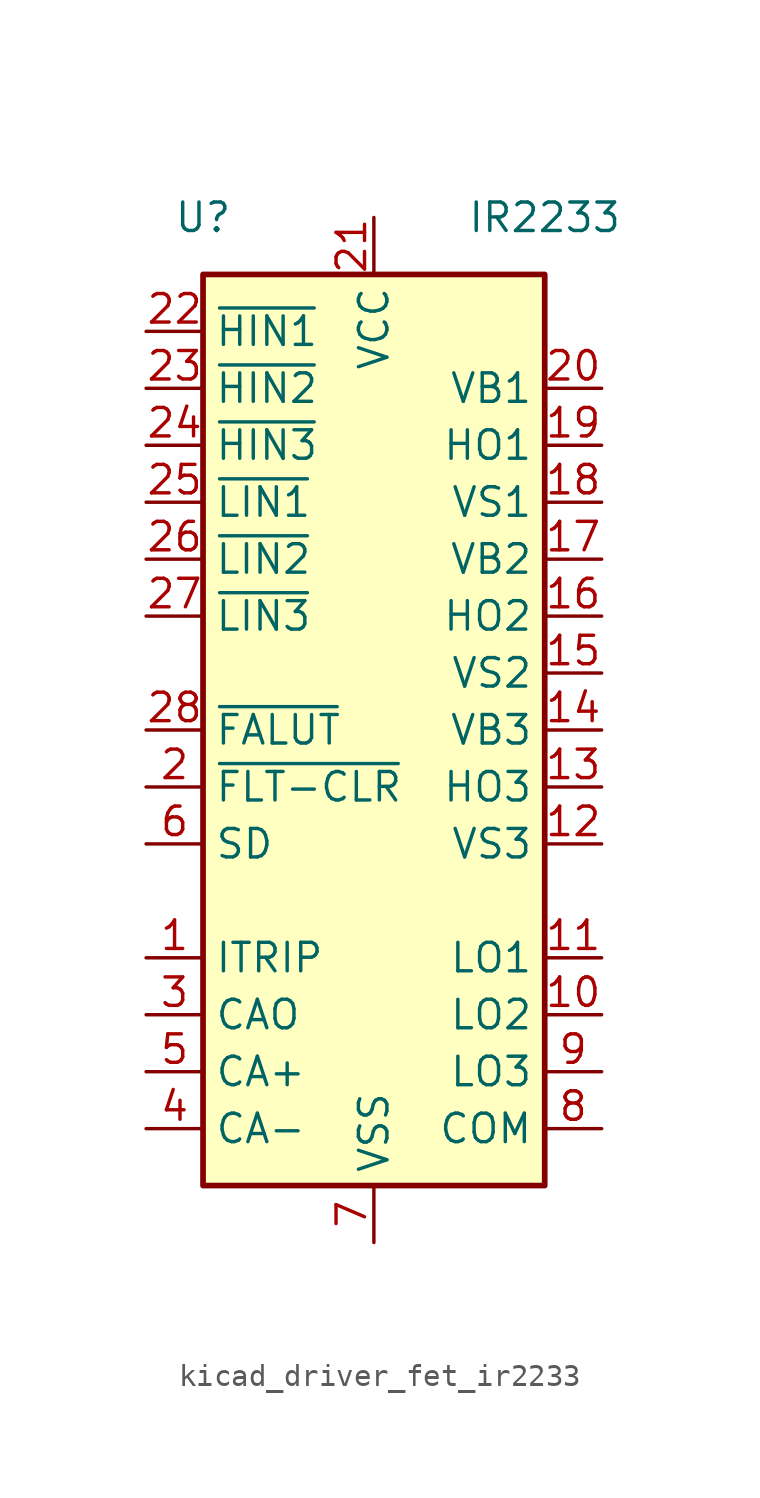
<source format=kicad_sym>
(kicad_symbol_lib
  (version 20220914)
  (generator kicad_symbol_editor)
  (symbol "kicad_driver_fet_ir2233"
    (property "Reference" "U"
      (at -7.62 22.86 0)
      (effects (font (size 1.27 1.27))))
    (property "Value" "IR2233"
      (at 7.62 22.86 0)
      (effects (font (size 1.27 1.27))))
    (symbol "kicad_driver_fet_ir2233_0_1"
      (rectangle (start -7.62 -20.32) (end 7.62 20.32) (stroke (width 0.254) (type default)) (fill (type background))))
    (symbol "kicad_driver_fet_ir2233_1_1"
      (pin input line (at -10.16 -10.16 0) (length 2.54) (name "ITRIP" (effects (font (size 1.27 1.27)))) (number "1" (effects (font (size 1.27 1.27)))))
      (pin output line (at 10.16 -12.7 180) (length 2.54) (name "LO2" (effects (font (size 1.27 1.27)))) (number "10" (effects (font (size 1.27 1.27)))))
      (pin output line (at 10.16 -10.16 180) (length 2.54) (name "LO1" (effects (font (size 1.27 1.27)))) (number "11" (effects (font (size 1.27 1.27)))))
      (pin passive line (at 10.16 -5.08 180) (length 2.54) (name "VS3" (effects (font (size 1.27 1.27)))) (number "12" (effects (font (size 1.27 1.27)))))
      (pin output line (at 10.16 -2.54 180) (length 2.54) (name "HO3" (effects (font (size 1.27 1.27)))) (number "13" (effects (font (size 1.27 1.27)))))
      (pin passive line (at 10.16 0 180) (length 2.54) (name "VB3" (effects (font (size 1.27 1.27)))) (number "14" (effects (font (size 1.27 1.27)))))
      (pin passive line (at 10.16 2.54 180) (length 2.54) (name "VS2" (effects (font (size 1.27 1.27)))) (number "15" (effects (font (size 1.27 1.27)))))
      (pin output line (at 10.16 5.08 180) (length 2.54) (name "HO2" (effects (font (size 1.27 1.27)))) (number "16" (effects (font (size 1.27 1.27)))))
      (pin passive line (at 10.16 7.62 180) (length 2.54) (name "VB2" (effects (font (size 1.27 1.27)))) (number "17" (effects (font (size 1.27 1.27)))))
      (pin passive line (at 10.16 10.16 180) (length 2.54) (name "VS1" (effects (font (size 1.27 1.27)))) (number "18" (effects (font (size 1.27 1.27)))))
      (pin output line (at 10.16 12.7 180) (length 2.54) (name "HO1" (effects (font (size 1.27 1.27)))) (number "19" (effects (font (size 1.27 1.27)))))
      (pin input line (at -10.16 -2.54 0) (length 2.54) (name "~{FLT-CLR}" (effects (font (size 1.27 1.27)))) (number "2" (effects (font (size 1.27 1.27)))))
      (pin passive line (at 10.16 15.24 180) (length 2.54) (name "VB1" (effects (font (size 1.27 1.27)))) (number "20" (effects (font (size 1.27 1.27)))))
      (pin power_in line (at 0 22.86 270) (length 2.54) (name "VCC" (effects (font (size 1.27 1.27)))) (number "21" (effects (font (size 1.27 1.27)))))
      (pin input line (at -10.16 17.78 0) (length 2.54) (name "~{HIN1}" (effects (font (size 1.27 1.27)))) (number "22" (effects (font (size 1.27 1.27)))))
      (pin input line (at -10.16 15.24 0) (length 2.54) (name "~{HIN2}" (effects (font (size 1.27 1.27)))) (number "23" (effects (font (size 1.27 1.27)))))
      (pin input line (at -10.16 12.7 0) (length 2.54) (name "~{HIN3}" (effects (font (size 1.27 1.27)))) (number "24" (effects (font (size 1.27 1.27)))))
      (pin input line (at -10.16 10.16 0) (length 2.54) (name "~{LIN1}" (effects (font (size 1.27 1.27)))) (number "25" (effects (font (size 1.27 1.27)))))
      (pin input line (at -10.16 7.62 0) (length 2.54) (name "~{LIN2}" (effects (font (size 1.27 1.27)))) (number "26" (effects (font (size 1.27 1.27)))))
      (pin input line (at -10.16 5.08 0) (length 2.54) (name "~{LIN3}" (effects (font (size 1.27 1.27)))) (number "27" (effects (font (size 1.27 1.27)))))
      (pin output line (at -10.16 0 0) (length 2.54) (name "~{FALUT}" (effects (font (size 1.27 1.27)))) (number "28" (effects (font (size 1.27 1.27)))))
      (pin output line (at -10.16 -12.7 0) (length 2.54) (name "CAO" (effects (font (size 1.27 1.27)))) (number "3" (effects (font (size 1.27 1.27)))))
      (pin input line (at -10.16 -17.78 0) (length 2.54) (name "CA-" (effects (font (size 1.27 1.27)))) (number "4" (effects (font (size 1.27 1.27)))))
      (pin input line (at -10.16 -15.24 0) (length 2.54) (name "CA+" (effects (font (size 1.27 1.27)))) (number "5" (effects (font (size 1.27 1.27)))))
      (pin input line (at -10.16 -5.08 0) (length 2.54) (name "SD" (effects (font (size 1.27 1.27)))) (number "6" (effects (font (size 1.27 1.27)))))
      (pin power_in line (at 0 -22.86 90) (length 2.54) (name "VSS" (effects (font (size 1.27 1.27)))) (number "7" (effects (font (size 1.27 1.27)))))
      (pin passive line (at 10.16 -17.78 180) (length 2.54) (name "COM" (effects (font (size 1.27 1.27)))) (number "8" (effects (font (size 1.27 1.27)))))
      (pin output line (at 10.16 -15.24 180) (length 2.54) (name "LO3" (effects (font (size 1.27 1.27)))) (number "9" (effects (font (size 1.27 1.27))))))))
</source>
